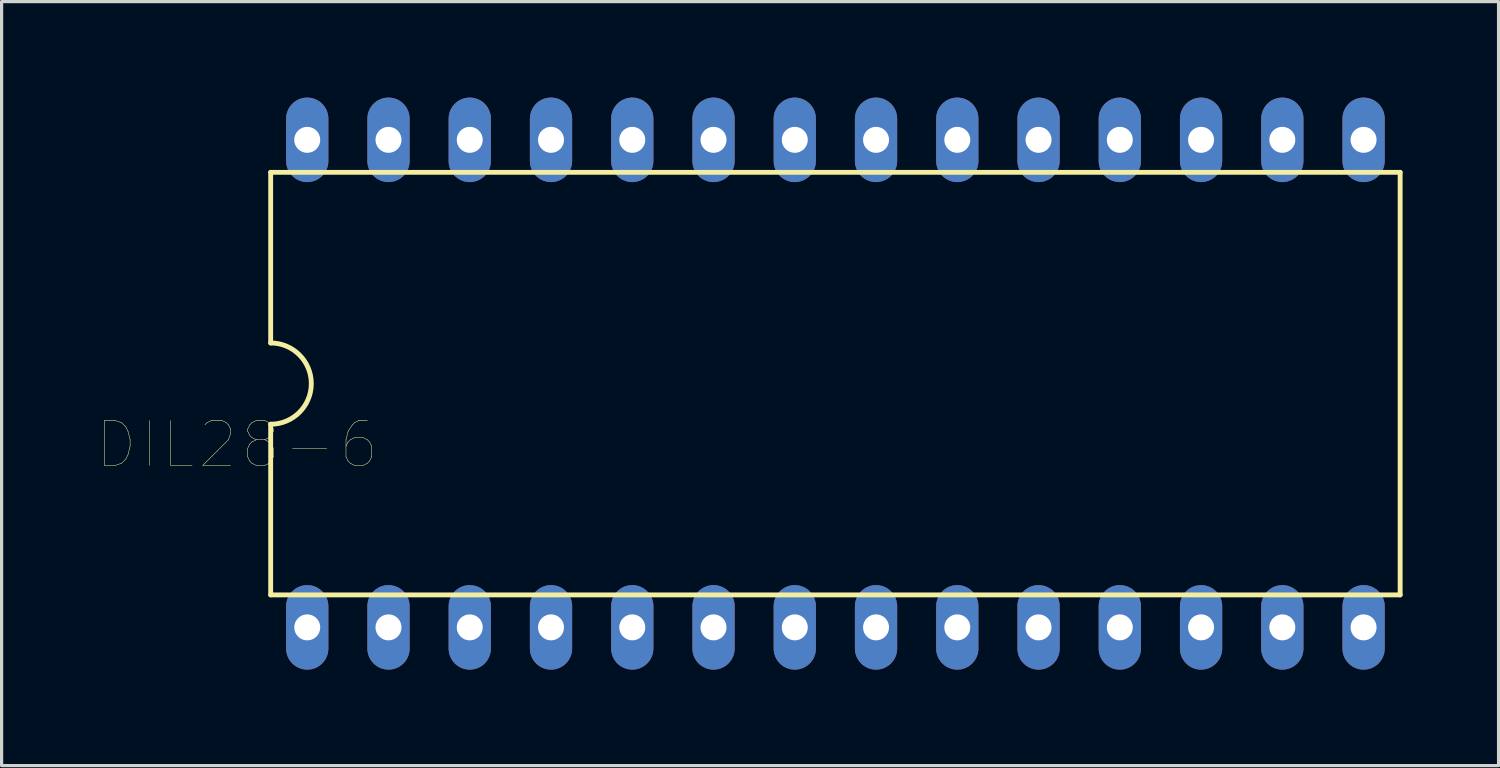
<source format=kicad_pcb>
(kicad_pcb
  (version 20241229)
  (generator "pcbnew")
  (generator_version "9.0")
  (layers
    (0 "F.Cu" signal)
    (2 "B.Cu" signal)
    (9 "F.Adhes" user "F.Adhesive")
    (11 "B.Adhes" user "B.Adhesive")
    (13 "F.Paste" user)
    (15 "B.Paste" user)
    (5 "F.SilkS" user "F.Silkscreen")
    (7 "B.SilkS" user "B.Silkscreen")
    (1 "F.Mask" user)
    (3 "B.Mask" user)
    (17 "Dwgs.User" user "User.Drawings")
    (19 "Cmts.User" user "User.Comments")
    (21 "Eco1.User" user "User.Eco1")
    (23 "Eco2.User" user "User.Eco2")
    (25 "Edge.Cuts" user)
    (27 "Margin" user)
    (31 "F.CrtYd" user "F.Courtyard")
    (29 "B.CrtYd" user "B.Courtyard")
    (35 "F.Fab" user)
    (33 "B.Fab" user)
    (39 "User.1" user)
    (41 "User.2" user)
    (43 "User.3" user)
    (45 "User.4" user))
  (footprint "DIL28-6"
    (layer "F.Cu")
    (at 23.064 8.941)
    (property "Reference" "DIL28-6" (at -18.706 1.909 180) (layer "F.SilkS") (effects (font (size 1.403 1.403) (thickness 0.015))))
    (attr through_hole)
    (fp_line (start -17.653 -6.604) (end -17.653 -1.27) (stroke (width 0.152) (type solid)) (layer "F.SilkS"))
    (fp_line (start -17.653 -6.604) (end 17.653 -6.604) (stroke (width 0.152) (type solid)) (layer "F.SilkS"))
    (fp_line (start -17.653 1.27) (end -17.653 6.604) (stroke (width 0.152) (type solid)) (layer "F.SilkS"))
    (fp_line (start -17.653 6.604) (end 17.653 6.604) (stroke (width 0.152) (type solid)) (layer "F.SilkS"))
    (fp_line (start 17.653 6.604) (end 17.653 -6.604) (stroke (width 0.152) (type solid)) (layer "F.SilkS"))
    (fp_arc (start -17.653 -1.27) (mid -16.383 0) (end -17.653 1.27) (stroke (width 0.1524) (type solid)) (layer "F.SilkS"))
    (pad "1" thru_hole oval (at -16.51 7.62) (size 1.321 2.642) (drill 0.813) (layers "*.Cu" "*.Mask"))
    (pad "2" thru_hole oval (at -13.97 7.62) (size 1.321 2.642) (drill 0.813) (layers "*.Cu" "*.Mask"))
    (pad "3" thru_hole oval (at -11.43 7.62) (size 1.321 2.642) (drill 0.813) (layers "*.Cu" "*.Mask"))
    (pad "4" thru_hole oval (at -8.89 7.62) (size 1.321 2.642) (drill 0.813) (layers "*.Cu" "*.Mask"))
    (pad "5" thru_hole oval (at -6.35 7.62) (size 1.321 2.642) (drill 0.813) (layers "*.Cu" "*.Mask"))
    (pad "6" thru_hole oval (at -3.81 7.62) (size 1.321 2.642) (drill 0.813) (layers "*.Cu" "*.Mask"))
    (pad "7" thru_hole oval (at -1.27 7.62) (size 1.321 2.642) (drill 0.813) (layers "*.Cu" "*.Mask"))
    (pad "8" thru_hole oval (at 1.27 7.62) (size 1.321 2.642) (drill 0.813) (layers "*.Cu" "*.Mask"))
    (pad "9" thru_hole oval (at 3.81 7.62) (size 1.321 2.642) (drill 0.813) (layers "*.Cu" "*.Mask"))
    (pad "10" thru_hole oval (at 6.35 7.62) (size 1.321 2.642) (drill 0.813) (layers "*.Cu" "*.Mask"))
    (pad "11" thru_hole oval (at 8.89 7.62) (size 1.321 2.642) (drill 0.813) (layers "*.Cu" "*.Mask"))
    (pad "12" thru_hole oval (at 11.43 7.62) (size 1.321 2.642) (drill 0.813) (layers "*.Cu" "*.Mask"))
    (pad "13" thru_hole oval (at 13.97 7.62) (size 1.321 2.642) (drill 0.813) (layers "*.Cu" "*.Mask"))
    (pad "14" thru_hole oval (at 16.51 7.62) (size 1.321 2.642) (drill 0.813) (layers "*.Cu" "*.Mask"))
    (pad "15" thru_hole oval (at 16.51 -7.62) (size 1.321 2.642) (drill 0.813) (layers "*.Cu" "*.Mask"))
    (pad "16" thru_hole oval (at 13.97 -7.62) (size 1.321 2.642) (drill 0.813) (layers "*.Cu" "*.Mask"))
    (pad "17" thru_hole oval (at 11.43 -7.62) (size 1.321 2.642) (drill 0.813) (layers "*.Cu" "*.Mask"))
    (pad "18" thru_hole oval (at 8.89 -7.62) (size 1.321 2.642) (drill 0.813) (layers "*.Cu" "*.Mask"))
    (pad "19" thru_hole oval (at 6.35 -7.62) (size 1.321 2.642) (drill 0.813) (layers "*.Cu" "*.Mask"))
    (pad "20" thru_hole oval (at 3.81 -7.62) (size 1.321 2.642) (drill 0.813) (layers "*.Cu" "*.Mask"))
    (pad "21" thru_hole oval (at 1.27 -7.62) (size 1.321 2.642) (drill 0.813) (layers "*.Cu" "*.Mask"))
    (pad "22" thru_hole oval (at -1.27 -7.62) (size 1.321 2.642) (drill 0.813) (layers "*.Cu" "*.Mask"))
    (pad "23" thru_hole oval (at -3.81 -7.62) (size 1.321 2.642) (drill 0.813) (layers "*.Cu" "*.Mask"))
    (pad "24" thru_hole oval (at -6.35 -7.62) (size 1.321 2.642) (drill 0.813) (layers "*.Cu" "*.Mask"))
    (pad "25" thru_hole oval (at -8.89 -7.62) (size 1.321 2.642) (drill 0.813) (layers "*.Cu" "*.Mask"))
    (pad "26" thru_hole oval (at -11.43 -7.62) (size 1.321 2.642) (drill 0.813) (layers "*.Cu" "*.Mask"))
    (pad "27" thru_hole oval (at -13.97 -7.62) (size 1.321 2.642) (drill 0.813) (layers "*.Cu" "*.Mask"))
    (pad "28" thru_hole oval (at -16.51 -7.62) (size 1.321 2.642) (drill 0.813) (layers "*.Cu" "*.Mask")))
  (gr_rect
    (start -3 -3)
    (end 43.793 20.882)
    (stroke (width 0.1) (type default))
    (fill no)
    (layer "Edge.Cuts")))
</source>
